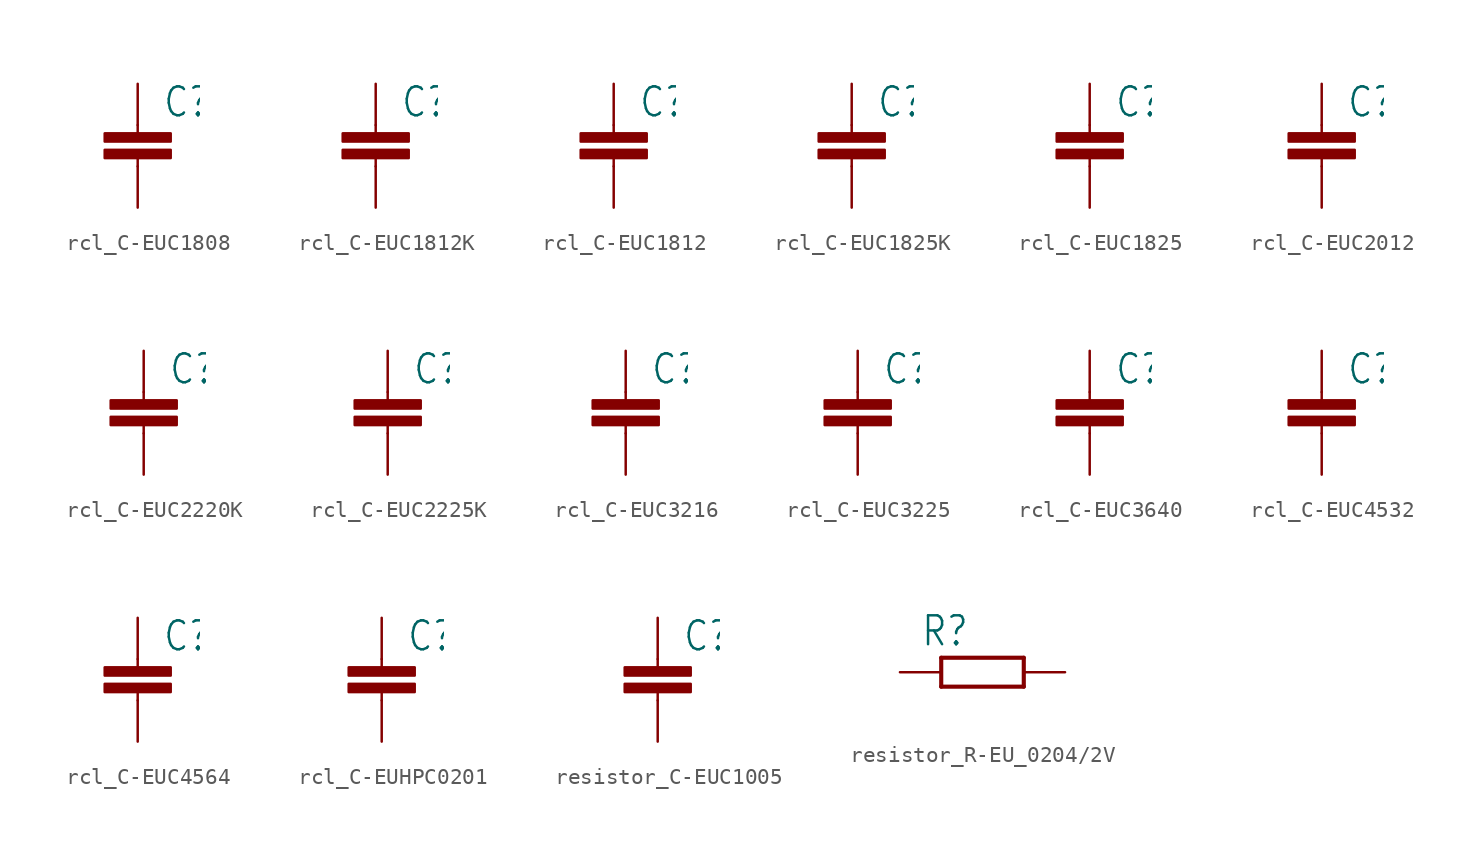
<source format=kicad_sym>
(kicad_symbol_lib
  (version 20241209)
  (generator "kicad_symbol_editor")
  (generator_version "9.0")
  (symbol "rcl_C-EUC1808"
    (property "Reference" "C"
      (at 1.524 0.381 0)
      (effects (font (size 1.778 1.511)) (justify left bottom)))
    (property "Value" ""
      (at 1.524 -4.699 0)
      (effects (font (size 1.778 1.511)) (justify left bottom)))
    (property "ki_locked" ""
      (at 0 0 0)
      (effects (font (size 1.27 1.27))))
    (symbol "rcl_C-EUC1808_1_0"
      (rectangle (start -2.032 -1.016) (end 2.032 -0.508) (stroke (width 0) (type default)) (fill (type outline)))
      (rectangle (start -2.032 -2.032) (end 2.032 -1.524) (stroke (width 0) (type default)) (fill (type outline)))
      (polyline (pts (xy 0 0) (xy 0 -0.508)) (stroke (width 0.152) (type solid)) (fill (type none)))
      (polyline (pts (xy 0 -2.54) (xy 0 -2.032)) (stroke (width 0.152) (type solid)) (fill (type none)))
      (pin passive line (at 0 2.54 270) (length 2.54) (name "1" (effects (font (size 0 0)))) (number "1" (effects (font (size 0 0)))))
      (pin passive line (at 0 -5.08 90) (length 2.54) (name "2" (effects (font (size 0 0)))) (number "2" (effects (font (size 0 0)))))))
  (symbol "rcl_C-EUC1812K"
    (property "Reference" "C"
      (at 1.524 0.381 0)
      (effects (font (size 1.778 1.511)) (justify left bottom)))
    (property "Value" ""
      (at 1.524 -4.699 0)
      (effects (font (size 1.778 1.511)) (justify left bottom)))
    (property "ki_locked" ""
      (at 0 0 0)
      (effects (font (size 1.27 1.27))))
    (symbol "rcl_C-EUC1812K_1_0"
      (rectangle (start -2.032 -1.016) (end 2.032 -0.508) (stroke (width 0) (type default)) (fill (type outline)))
      (rectangle (start -2.032 -2.032) (end 2.032 -1.524) (stroke (width 0) (type default)) (fill (type outline)))
      (polyline (pts (xy 0 0) (xy 0 -0.508)) (stroke (width 0.152) (type solid)) (fill (type none)))
      (polyline (pts (xy 0 -2.54) (xy 0 -2.032)) (stroke (width 0.152) (type solid)) (fill (type none)))
      (pin passive line (at 0 2.54 270) (length 2.54) (name "1" (effects (font (size 0 0)))) (number "1" (effects (font (size 0 0)))))
      (pin passive line (at 0 -5.08 90) (length 2.54) (name "2" (effects (font (size 0 0)))) (number "2" (effects (font (size 0 0)))))))
  (symbol "rcl_C-EUC1812"
    (property "Reference" "C"
      (at 1.524 0.381 0)
      (effects (font (size 1.778 1.511)) (justify left bottom)))
    (property "Value" ""
      (at 1.524 -4.699 0)
      (effects (font (size 1.778 1.511)) (justify left bottom)))
    (property "ki_locked" ""
      (at 0 0 0)
      (effects (font (size 1.27 1.27))))
    (symbol "rcl_C-EUC1812_1_0"
      (rectangle (start -2.032 -1.016) (end 2.032 -0.508) (stroke (width 0) (type default)) (fill (type outline)))
      (rectangle (start -2.032 -2.032) (end 2.032 -1.524) (stroke (width 0) (type default)) (fill (type outline)))
      (polyline (pts (xy 0 0) (xy 0 -0.508)) (stroke (width 0.152) (type solid)) (fill (type none)))
      (polyline (pts (xy 0 -2.54) (xy 0 -2.032)) (stroke (width 0.152) (type solid)) (fill (type none)))
      (pin passive line (at 0 2.54 270) (length 2.54) (name "1" (effects (font (size 0 0)))) (number "1" (effects (font (size 0 0)))))
      (pin passive line (at 0 -5.08 90) (length 2.54) (name "2" (effects (font (size 0 0)))) (number "2" (effects (font (size 0 0)))))))
  (symbol "rcl_C-EUC1825K"
    (property "Reference" "C"
      (at 1.524 0.381 0)
      (effects (font (size 1.778 1.511)) (justify left bottom)))
    (property "Value" ""
      (at 1.524 -4.699 0)
      (effects (font (size 1.778 1.511)) (justify left bottom)))
    (property "ki_locked" ""
      (at 0 0 0)
      (effects (font (size 1.27 1.27))))
    (symbol "rcl_C-EUC1825K_1_0"
      (rectangle (start -2.032 -1.016) (end 2.032 -0.508) (stroke (width 0) (type default)) (fill (type outline)))
      (rectangle (start -2.032 -2.032) (end 2.032 -1.524) (stroke (width 0) (type default)) (fill (type outline)))
      (polyline (pts (xy 0 0) (xy 0 -0.508)) (stroke (width 0.152) (type solid)) (fill (type none)))
      (polyline (pts (xy 0 -2.54) (xy 0 -2.032)) (stroke (width 0.152) (type solid)) (fill (type none)))
      (pin passive line (at 0 2.54 270) (length 2.54) (name "1" (effects (font (size 0 0)))) (number "1" (effects (font (size 0 0)))))
      (pin passive line (at 0 -5.08 90) (length 2.54) (name "2" (effects (font (size 0 0)))) (number "2" (effects (font (size 0 0)))))))
  (symbol "rcl_C-EUC1825"
    (property "Reference" "C"
      (at 1.524 0.381 0)
      (effects (font (size 1.778 1.511)) (justify left bottom)))
    (property "Value" ""
      (at 1.524 -4.699 0)
      (effects (font (size 1.778 1.511)) (justify left bottom)))
    (property "ki_locked" ""
      (at 0 0 0)
      (effects (font (size 1.27 1.27))))
    (symbol "rcl_C-EUC1825_1_0"
      (rectangle (start -2.032 -1.016) (end 2.032 -0.508) (stroke (width 0) (type default)) (fill (type outline)))
      (rectangle (start -2.032 -2.032) (end 2.032 -1.524) (stroke (width 0) (type default)) (fill (type outline)))
      (polyline (pts (xy 0 0) (xy 0 -0.508)) (stroke (width 0.152) (type solid)) (fill (type none)))
      (polyline (pts (xy 0 -2.54) (xy 0 -2.032)) (stroke (width 0.152) (type solid)) (fill (type none)))
      (pin passive line (at 0 2.54 270) (length 2.54) (name "1" (effects (font (size 0 0)))) (number "1" (effects (font (size 0 0)))))
      (pin passive line (at 0 -5.08 90) (length 2.54) (name "2" (effects (font (size 0 0)))) (number "2" (effects (font (size 0 0)))))))
  (symbol "rcl_C-EUC2012"
    (property "Reference" "C"
      (at 1.524 0.381 0)
      (effects (font (size 1.778 1.511)) (justify left bottom)))
    (property "Value" ""
      (at 1.524 -4.699 0)
      (effects (font (size 1.778 1.511)) (justify left bottom)))
    (property "ki_locked" ""
      (at 0 0 0)
      (effects (font (size 1.27 1.27))))
    (symbol "rcl_C-EUC2012_1_0"
      (rectangle (start -2.032 -1.016) (end 2.032 -0.508) (stroke (width 0) (type default)) (fill (type outline)))
      (rectangle (start -2.032 -2.032) (end 2.032 -1.524) (stroke (width 0) (type default)) (fill (type outline)))
      (polyline (pts (xy 0 0) (xy 0 -0.508)) (stroke (width 0.152) (type solid)) (fill (type none)))
      (polyline (pts (xy 0 -2.54) (xy 0 -2.032)) (stroke (width 0.152) (type solid)) (fill (type none)))
      (pin passive line (at 0 2.54 270) (length 2.54) (name "1" (effects (font (size 0 0)))) (number "1" (effects (font (size 0 0)))))
      (pin passive line (at 0 -5.08 90) (length 2.54) (name "2" (effects (font (size 0 0)))) (number "2" (effects (font (size 0 0)))))))
  (symbol "rcl_C-EUC2220K"
    (property "Reference" "C"
      (at 1.524 0.381 0)
      (effects (font (size 1.778 1.511)) (justify left bottom)))
    (property "Value" ""
      (at 1.524 -4.699 0)
      (effects (font (size 1.778 1.511)) (justify left bottom)))
    (property "ki_locked" ""
      (at 0 0 0)
      (effects (font (size 1.27 1.27))))
    (symbol "rcl_C-EUC2220K_1_0"
      (rectangle (start -2.032 -1.016) (end 2.032 -0.508) (stroke (width 0) (type default)) (fill (type outline)))
      (rectangle (start -2.032 -2.032) (end 2.032 -1.524) (stroke (width 0) (type default)) (fill (type outline)))
      (polyline (pts (xy 0 0) (xy 0 -0.508)) (stroke (width 0.152) (type solid)) (fill (type none)))
      (polyline (pts (xy 0 -2.54) (xy 0 -2.032)) (stroke (width 0.152) (type solid)) (fill (type none)))
      (pin passive line (at 0 2.54 270) (length 2.54) (name "1" (effects (font (size 0 0)))) (number "1" (effects (font (size 0 0)))))
      (pin passive line (at 0 -5.08 90) (length 2.54) (name "2" (effects (font (size 0 0)))) (number "2" (effects (font (size 0 0)))))))
  (symbol "rcl_C-EUC2225K"
    (property "Reference" "C"
      (at 1.524 0.381 0)
      (effects (font (size 1.778 1.511)) (justify left bottom)))
    (property "Value" ""
      (at 1.524 -4.699 0)
      (effects (font (size 1.778 1.511)) (justify left bottom)))
    (property "ki_locked" ""
      (at 0 0 0)
      (effects (font (size 1.27 1.27))))
    (symbol "rcl_C-EUC2225K_1_0"
      (rectangle (start -2.032 -1.016) (end 2.032 -0.508) (stroke (width 0) (type default)) (fill (type outline)))
      (rectangle (start -2.032 -2.032) (end 2.032 -1.524) (stroke (width 0) (type default)) (fill (type outline)))
      (polyline (pts (xy 0 0) (xy 0 -0.508)) (stroke (width 0.152) (type solid)) (fill (type none)))
      (polyline (pts (xy 0 -2.54) (xy 0 -2.032)) (stroke (width 0.152) (type solid)) (fill (type none)))
      (pin passive line (at 0 2.54 270) (length 2.54) (name "1" (effects (font (size 0 0)))) (number "1" (effects (font (size 0 0)))))
      (pin passive line (at 0 -5.08 90) (length 2.54) (name "2" (effects (font (size 0 0)))) (number "2" (effects (font (size 0 0)))))))
  (symbol "rcl_C-EUC3216"
    (property "Reference" "C"
      (at 1.524 0.381 0)
      (effects (font (size 1.778 1.511)) (justify left bottom)))
    (property "Value" ""
      (at 1.524 -4.699 0)
      (effects (font (size 1.778 1.511)) (justify left bottom)))
    (property "ki_locked" ""
      (at 0 0 0)
      (effects (font (size 1.27 1.27))))
    (symbol "rcl_C-EUC3216_1_0"
      (rectangle (start -2.032 -1.016) (end 2.032 -0.508) (stroke (width 0) (type default)) (fill (type outline)))
      (rectangle (start -2.032 -2.032) (end 2.032 -1.524) (stroke (width 0) (type default)) (fill (type outline)))
      (polyline (pts (xy 0 0) (xy 0 -0.508)) (stroke (width 0.152) (type solid)) (fill (type none)))
      (polyline (pts (xy 0 -2.54) (xy 0 -2.032)) (stroke (width 0.152) (type solid)) (fill (type none)))
      (pin passive line (at 0 2.54 270) (length 2.54) (name "1" (effects (font (size 0 0)))) (number "1" (effects (font (size 0 0)))))
      (pin passive line (at 0 -5.08 90) (length 2.54) (name "2" (effects (font (size 0 0)))) (number "2" (effects (font (size 0 0)))))))
  (symbol "rcl_C-EUC3225"
    (property "Reference" "C"
      (at 1.524 0.381 0)
      (effects (font (size 1.778 1.511)) (justify left bottom)))
    (property "Value" ""
      (at 1.524 -4.699 0)
      (effects (font (size 1.778 1.511)) (justify left bottom)))
    (property "ki_locked" ""
      (at 0 0 0)
      (effects (font (size 1.27 1.27))))
    (symbol "rcl_C-EUC3225_1_0"
      (rectangle (start -2.032 -1.016) (end 2.032 -0.508) (stroke (width 0) (type default)) (fill (type outline)))
      (rectangle (start -2.032 -2.032) (end 2.032 -1.524) (stroke (width 0) (type default)) (fill (type outline)))
      (polyline (pts (xy 0 0) (xy 0 -0.508)) (stroke (width 0.152) (type solid)) (fill (type none)))
      (polyline (pts (xy 0 -2.54) (xy 0 -2.032)) (stroke (width 0.152) (type solid)) (fill (type none)))
      (pin passive line (at 0 2.54 270) (length 2.54) (name "1" (effects (font (size 0 0)))) (number "1" (effects (font (size 0 0)))))
      (pin passive line (at 0 -5.08 90) (length 2.54) (name "2" (effects (font (size 0 0)))) (number "2" (effects (font (size 0 0)))))))
  (symbol "rcl_C-EUC3640"
    (property "Reference" "C"
      (at 1.524 0.381 0)
      (effects (font (size 1.778 1.511)) (justify left bottom)))
    (property "Value" ""
      (at 1.524 -4.699 0)
      (effects (font (size 1.778 1.511)) (justify left bottom)))
    (property "ki_locked" ""
      (at 0 0 0)
      (effects (font (size 1.27 1.27))))
    (symbol "rcl_C-EUC3640_1_0"
      (rectangle (start -2.032 -1.016) (end 2.032 -0.508) (stroke (width 0) (type default)) (fill (type outline)))
      (rectangle (start -2.032 -2.032) (end 2.032 -1.524) (stroke (width 0) (type default)) (fill (type outline)))
      (polyline (pts (xy 0 0) (xy 0 -0.508)) (stroke (width 0.152) (type solid)) (fill (type none)))
      (polyline (pts (xy 0 -2.54) (xy 0 -2.032)) (stroke (width 0.152) (type solid)) (fill (type none)))
      (pin passive line (at 0 2.54 270) (length 2.54) (name "1" (effects (font (size 0 0)))) (number "1" (effects (font (size 0 0)))))
      (pin passive line (at 0 -5.08 90) (length 2.54) (name "2" (effects (font (size 0 0)))) (number "2" (effects (font (size 0 0)))))))
  (symbol "rcl_C-EUC4532"
    (property "Reference" "C"
      (at 1.524 0.381 0)
      (effects (font (size 1.778 1.511)) (justify left bottom)))
    (property "Value" ""
      (at 1.524 -4.699 0)
      (effects (font (size 1.778 1.511)) (justify left bottom)))
    (property "ki_locked" ""
      (at 0 0 0)
      (effects (font (size 1.27 1.27))))
    (symbol "rcl_C-EUC4532_1_0"
      (rectangle (start -2.032 -1.016) (end 2.032 -0.508) (stroke (width 0) (type default)) (fill (type outline)))
      (rectangle (start -2.032 -2.032) (end 2.032 -1.524) (stroke (width 0) (type default)) (fill (type outline)))
      (polyline (pts (xy 0 0) (xy 0 -0.508)) (stroke (width 0.152) (type solid)) (fill (type none)))
      (polyline (pts (xy 0 -2.54) (xy 0 -2.032)) (stroke (width 0.152) (type solid)) (fill (type none)))
      (pin passive line (at 0 2.54 270) (length 2.54) (name "1" (effects (font (size 0 0)))) (number "1" (effects (font (size 0 0)))))
      (pin passive line (at 0 -5.08 90) (length 2.54) (name "2" (effects (font (size 0 0)))) (number "2" (effects (font (size 0 0)))))))
  (symbol "rcl_C-EUC4564"
    (property "Reference" "C"
      (at 1.524 0.381 0)
      (effects (font (size 1.778 1.511)) (justify left bottom)))
    (property "Value" ""
      (at 1.524 -4.699 0)
      (effects (font (size 1.778 1.511)) (justify left bottom)))
    (property "ki_locked" ""
      (at 0 0 0)
      (effects (font (size 1.27 1.27))))
    (symbol "rcl_C-EUC4564_1_0"
      (rectangle (start -2.032 -1.016) (end 2.032 -0.508) (stroke (width 0) (type default)) (fill (type outline)))
      (rectangle (start -2.032 -2.032) (end 2.032 -1.524) (stroke (width 0) (type default)) (fill (type outline)))
      (polyline (pts (xy 0 0) (xy 0 -0.508)) (stroke (width 0.152) (type solid)) (fill (type none)))
      (polyline (pts (xy 0 -2.54) (xy 0 -2.032)) (stroke (width 0.152) (type solid)) (fill (type none)))
      (pin passive line (at 0 2.54 270) (length 2.54) (name "1" (effects (font (size 0 0)))) (number "1" (effects (font (size 0 0)))))
      (pin passive line (at 0 -5.08 90) (length 2.54) (name "2" (effects (font (size 0 0)))) (number "2" (effects (font (size 0 0)))))))
  (symbol "rcl_C-EUHPC0201"
    (property "Reference" "C"
      (at 1.524 0.381 0)
      (effects (font (size 1.778 1.511)) (justify left bottom)))
    (property "Value" ""
      (at 1.524 -4.699 0)
      (effects (font (size 1.778 1.511)) (justify left bottom)))
    (property "ki_locked" ""
      (at 0 0 0)
      (effects (font (size 1.27 1.27))))
    (symbol "rcl_C-EUHPC0201_1_0"
      (rectangle (start -2.032 -1.016) (end 2.032 -0.508) (stroke (width 0) (type default)) (fill (type outline)))
      (rectangle (start -2.032 -2.032) (end 2.032 -1.524) (stroke (width 0) (type default)) (fill (type outline)))
      (polyline (pts (xy 0 0) (xy 0 -0.508)) (stroke (width 0.152) (type solid)) (fill (type none)))
      (polyline (pts (xy 0 -2.54) (xy 0 -2.032)) (stroke (width 0.152) (type solid)) (fill (type none)))
      (pin passive line (at 0 2.54 270) (length 2.54) (name "1" (effects (font (size 0 0)))) (number "1" (effects (font (size 0 0)))))
      (pin passive line (at 0 -5.08 90) (length 2.54) (name "2" (effects (font (size 0 0)))) (number "2" (effects (font (size 0 0)))))))
  (symbol "resistor_C-EUC1005"
    (property "Reference" "C"
      (at 1.524 0.381 0)
      (effects (font (size 1.778 1.511)) (justify left bottom)))
    (property "Value" ""
      (at 1.524 -4.699 0)
      (effects (font (size 1.778 1.511)) (justify left bottom)))
    (property "ki_locked" ""
      (at 0 0 0)
      (effects (font (size 1.27 1.27))))
    (symbol "resistor_C-EUC1005_1_0"
      (rectangle (start -2.032 -1.016) (end 2.032 -0.508) (stroke (width 0) (type default)) (fill (type outline)))
      (rectangle (start -2.032 -2.032) (end 2.032 -1.524) (stroke (width 0) (type default)) (fill (type outline)))
      (polyline (pts (xy 0 0) (xy 0 -0.508)) (stroke (width 0.152) (type solid)) (fill (type none)))
      (polyline (pts (xy 0 -2.54) (xy 0 -2.032)) (stroke (width 0.152) (type solid)) (fill (type none)))
      (pin passive line (at 0 2.54 270) (length 2.54) (name "1" (effects (font (size 0 0)))) (number "1" (effects (font (size 0 0)))))
      (pin passive line (at 0 -5.08 90) (length 2.54) (name "2" (effects (font (size 0 0)))) (number "2" (effects (font (size 0 0)))))))
  (symbol "resistor_R-EU_0204/2V"
    (property "Reference" "R"
      (at -3.81 1.499 0)
      (effects (font (size 1.778 1.511)) (justify left bottom)))
    (property "Value" ""
      (at -3.81 -3.302 0)
      (effects (font (size 1.778 1.511)) (justify left bottom)))
    (property "ki_locked" ""
      (at 0 0 0)
      (effects (font (size 1.27 1.27))))
    (symbol "resistor_R-EU_0204/2V_1_0"
      (polyline (pts (xy -2.54 -0.889) (xy -2.54 0.889)) (stroke (width 0.254) (type solid)) (fill (type none)))
      (polyline (pts (xy -2.54 -0.889) (xy 2.54 -0.889)) (stroke (width 0.254) (type solid)) (fill (type none)))
      (polyline (pts (xy 2.54 0.889) (xy -2.54 0.889)) (stroke (width 0.254) (type solid)) (fill (type none)))
      (polyline (pts (xy 2.54 -0.889) (xy 2.54 0.889)) (stroke (width 0.254) (type solid)) (fill (type none)))
      (pin passive line (at -5.08 0 0) (length 2.54) (name "1" (effects (font (size 0 0)))) (number "1" (effects (font (size 0 0)))))
      (pin passive line (at 5.08 0 180) (length 2.54) (name "2" (effects (font (size 0 0)))) (number "2" (effects (font (size 0 0))))))))
</source>
